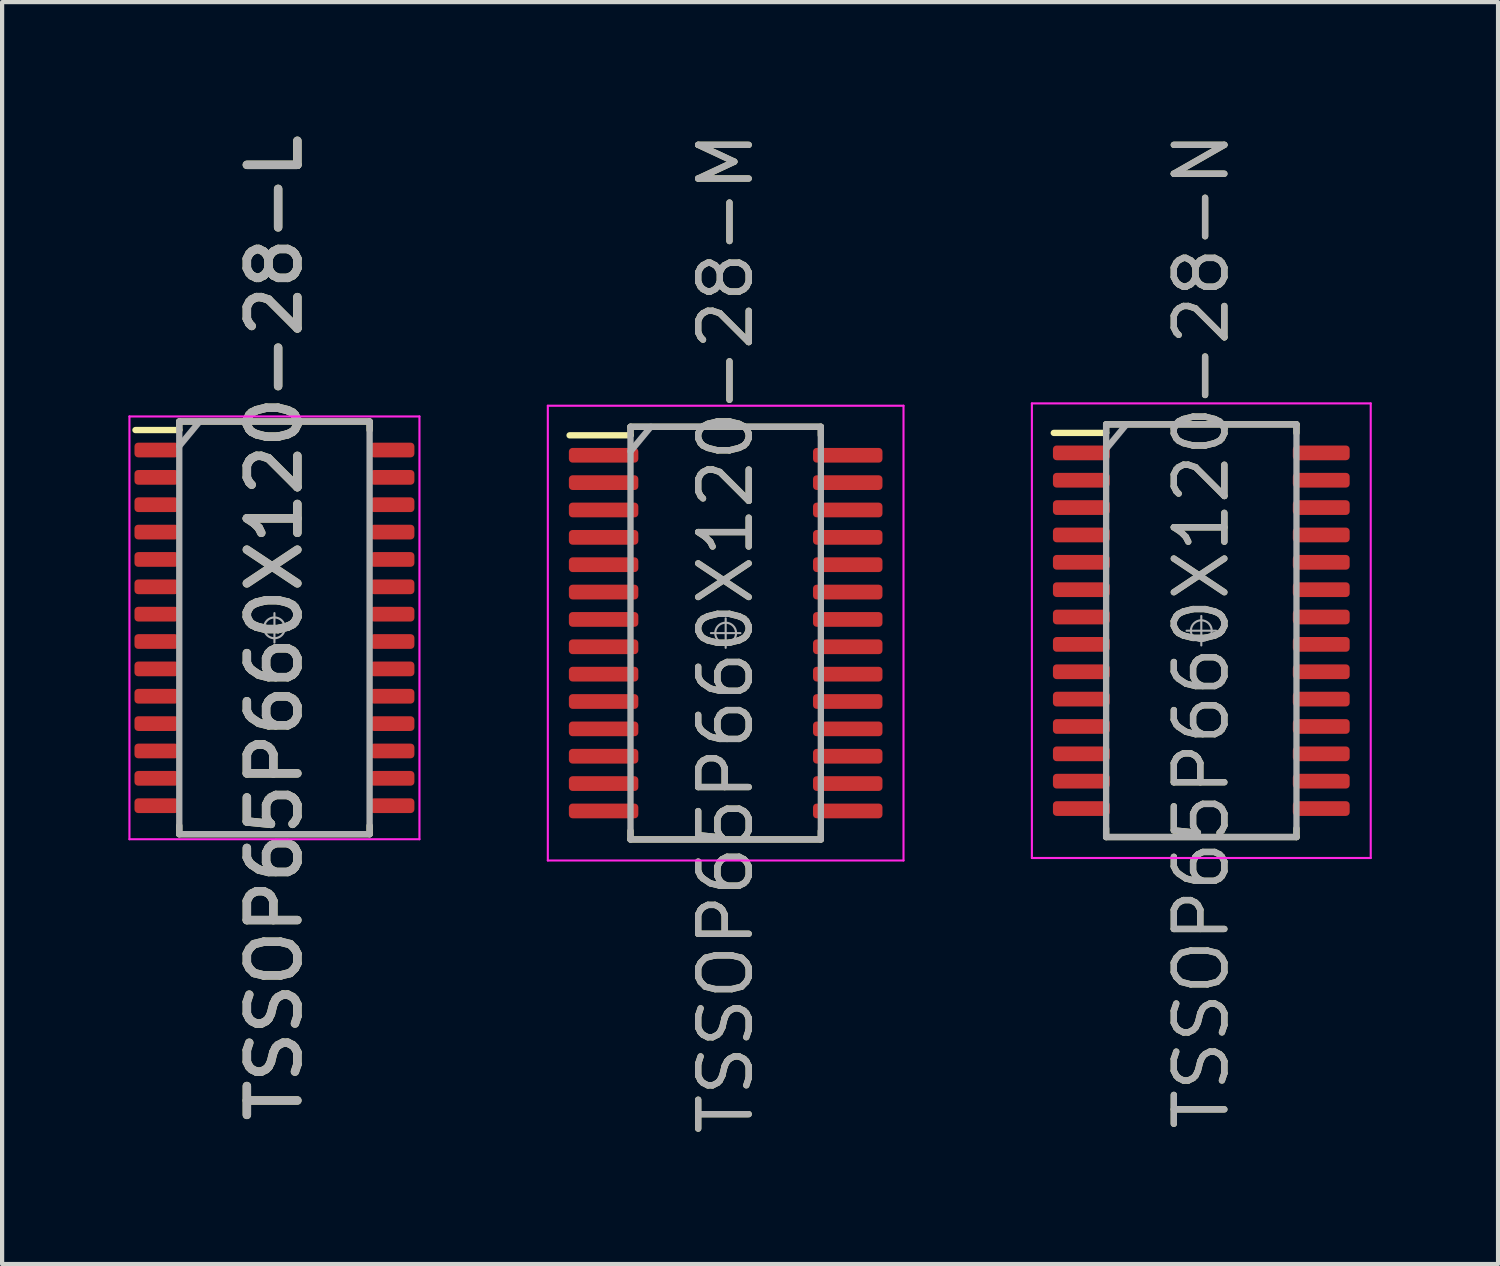
<source format=kicad_pcb>
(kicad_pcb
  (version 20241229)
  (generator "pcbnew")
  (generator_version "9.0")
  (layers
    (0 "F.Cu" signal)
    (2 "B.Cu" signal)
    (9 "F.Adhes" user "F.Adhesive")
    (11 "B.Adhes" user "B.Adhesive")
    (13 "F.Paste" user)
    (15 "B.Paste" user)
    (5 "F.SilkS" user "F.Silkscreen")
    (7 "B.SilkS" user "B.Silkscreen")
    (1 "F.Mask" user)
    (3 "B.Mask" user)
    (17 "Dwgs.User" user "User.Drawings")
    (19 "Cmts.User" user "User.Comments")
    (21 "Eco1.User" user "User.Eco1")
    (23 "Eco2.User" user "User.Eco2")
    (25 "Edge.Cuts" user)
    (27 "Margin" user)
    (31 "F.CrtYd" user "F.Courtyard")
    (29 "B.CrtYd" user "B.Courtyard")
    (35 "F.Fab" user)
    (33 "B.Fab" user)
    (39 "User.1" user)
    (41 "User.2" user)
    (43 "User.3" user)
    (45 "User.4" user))
  (footprint "TSSOP65P660X120-28-M"
    (layer "F.Cu")
    (at 14.19 11.991)
    (property "Reference" "TSSOP65P660X120-28-M" (at 0 0 90) (layer "F.SilkS") (effects (font (size 1.2 1.2) (thickness 0.15))))
    (attr through_hole)
    (fp_line (start -2.261 -4.902) (end -2.261 -4.699) (stroke (width 0.15) (type solid)) (layer "F.SilkS"))
    (fp_line (start -2.261 -4.902) (end 2.261 -4.902) (stroke (width 0.15) (type solid)) (layer "F.SilkS"))
    (fp_line (start -2.261 -4.699) (end -3.708 -4.699) (stroke (width 0.15) (type solid)) (layer "F.SilkS"))
    (fp_line (start -2.261 4.699) (end -2.261 4.902) (stroke (width 0.15) (type solid)) (layer "F.SilkS"))
    (fp_line (start 2.261 -4.902) (end 2.261 -4.699) (stroke (width 0.15) (type solid)) (layer "F.SilkS"))
    (fp_line (start 2.261 4.699) (end 2.261 4.902) (stroke (width 0.15) (type solid)) (layer "F.SilkS"))
    (fp_line (start 2.261 4.902) (end -2.261 4.902) (stroke (width 0.15) (type solid)) (layer "F.SilkS"))
    (fp_line (start -4.225 -5.402) (end 4.225 -5.402) (stroke (width 0.05) (type solid)) (layer "F.CrtYd"))
    (fp_line (start -4.225 5.402) (end -4.225 -5.402) (stroke (width 0.05) (type solid)) (layer "F.CrtYd"))
    (fp_line (start 4.225 -5.402) (end 4.225 5.402) (stroke (width 0.05) (type solid)) (layer "F.CrtYd"))
    (fp_line (start 4.225 5.402) (end -4.225 5.402) (stroke (width 0.05) (type solid)) (layer "F.CrtYd"))
    (fp_line (start -2.261 -4.902) (end -2.261 4.902) (stroke (width 0.15) (type solid)) (layer "F.Fab"))
    (fp_line (start -2.261 -4.902) (end 2.261 -4.902) (stroke (width 0.15) (type solid)) (layer "F.Fab"))
    (fp_line (start -1.778 -4.902) (end -2.261 -4.318) (stroke (width 0.15) (type solid)) (layer "F.Fab"))
    (fp_line (start -0.35 0) (end 0.35 0) (stroke (width 0.05) (type solid)) (layer "F.Fab"))
    (fp_line (start 0 -0.35) (end 0 0.35) (stroke (width 0.05) (type solid)) (layer "F.Fab"))
    (fp_line (start 2.261 -4.902) (end 2.261 4.902) (stroke (width 0.15) (type solid)) (layer "F.Fab"))
    (fp_line (start 2.261 4.902) (end -2.261 4.902) (stroke (width 0.15) (type solid)) (layer "F.Fab"))
    (fp_circle (center 0 0) (end 0.175 0.175) (stroke (width 0.05) (type solid)) (fill no) (layer "F.Fab"))
    (fp_text user "${REFERENCE}" (at 0 0 90) (layer "F.Fab") (effects (font (size 1.2 1.2) (thickness 0.15))))
    (pad "1" smd roundrect (at -2.9 -4.225) (size 1.65 0.35) (layers "F.Cu" "F.Mask" "F.Paste") (roundrect_rratio 0.25))
    (pad "2" smd roundrect (at -2.9 -3.575) (size 1.65 0.35) (layers "F.Cu" "F.Mask" "F.Paste") (roundrect_rratio 0.25))
    (pad "3" smd roundrect (at -2.9 -2.925) (size 1.65 0.35) (layers "F.Cu" "F.Mask" "F.Paste") (roundrect_rratio 0.25))
    (pad "4" smd roundrect (at -2.9 -2.275) (size 1.65 0.35) (layers "F.Cu" "F.Mask" "F.Paste") (roundrect_rratio 0.25))
    (pad "5" smd roundrect (at -2.9 -1.625) (size 1.65 0.35) (layers "F.Cu" "F.Mask" "F.Paste") (roundrect_rratio 0.25))
    (pad "6" smd roundrect (at -2.9 -0.975) (size 1.65 0.35) (layers "F.Cu" "F.Mask" "F.Paste") (roundrect_rratio 0.25))
    (pad "7" smd roundrect (at -2.9 -0.325) (size 1.65 0.35) (layers "F.Cu" "F.Mask" "F.Paste") (roundrect_rratio 0.25))
    (pad "8" smd roundrect (at -2.9 0.325) (size 1.65 0.35) (layers "F.Cu" "F.Mask" "F.Paste") (roundrect_rratio 0.25))
    (pad "9" smd roundrect (at -2.9 0.975) (size 1.65 0.35) (layers "F.Cu" "F.Mask" "F.Paste") (roundrect_rratio 0.25))
    (pad "10" smd roundrect (at -2.9 1.625) (size 1.65 0.35) (layers "F.Cu" "F.Mask" "F.Paste") (roundrect_rratio 0.25))
    (pad "11" smd roundrect (at -2.9 2.275) (size 1.65 0.35) (layers "F.Cu" "F.Mask" "F.Paste") (roundrect_rratio 0.25))
    (pad "12" smd roundrect (at -2.9 2.925) (size 1.65 0.35) (layers "F.Cu" "F.Mask" "F.Paste") (roundrect_rratio 0.25))
    (pad "13" smd roundrect (at -2.9 3.575) (size 1.65 0.35) (layers "F.Cu" "F.Mask" "F.Paste") (roundrect_rratio 0.25))
    (pad "14" smd roundrect (at -2.9 4.225) (size 1.65 0.35) (layers "F.Cu" "F.Mask" "F.Paste") (roundrect_rratio 0.25))
    (pad "15" smd roundrect (at 2.9 4.225) (size 1.65 0.35) (layers "F.Cu" "F.Mask" "F.Paste") (roundrect_rratio 0.25))
    (pad "16" smd roundrect (at 2.9 3.575) (size 1.65 0.35) (layers "F.Cu" "F.Mask" "F.Paste") (roundrect_rratio 0.25))
    (pad "17" smd roundrect (at 2.9 2.925) (size 1.65 0.35) (layers "F.Cu" "F.Mask" "F.Paste") (roundrect_rratio 0.25))
    (pad "18" smd roundrect (at 2.9 2.275) (size 1.65 0.35) (layers "F.Cu" "F.Mask" "F.Paste") (roundrect_rratio 0.25))
    (pad "19" smd roundrect (at 2.9 1.625) (size 1.65 0.35) (layers "F.Cu" "F.Mask" "F.Paste") (roundrect_rratio 0.25))
    (pad "20" smd roundrect (at 2.9 0.975) (size 1.65 0.35) (layers "F.Cu" "F.Mask" "F.Paste") (roundrect_rratio 0.25))
    (pad "21" smd roundrect (at 2.9 0.325) (size 1.65 0.35) (layers "F.Cu" "F.Mask" "F.Paste") (roundrect_rratio 0.25))
    (pad "22" smd roundrect (at 2.9 -0.325) (size 1.65 0.35) (layers "F.Cu" "F.Mask" "F.Paste") (roundrect_rratio 0.25))
    (pad "23" smd roundrect (at 2.9 -0.975) (size 1.65 0.35) (layers "F.Cu" "F.Mask" "F.Paste") (roundrect_rratio 0.25))
    (pad "24" smd roundrect (at 2.9 -1.625) (size 1.65 0.35) (layers "F.Cu" "F.Mask" "F.Paste") (roundrect_rratio 0.25))
    (pad "25" smd roundrect (at 2.9 -2.275) (size 1.65 0.35) (layers "F.Cu" "F.Mask" "F.Paste") (roundrect_rratio 0.25))
    (pad "26" smd roundrect (at 2.9 -2.925) (size 1.65 0.35) (layers "F.Cu" "F.Mask" "F.Paste") (roundrect_rratio 0.25))
    (pad "27" smd roundrect (at 2.9 -3.575) (size 1.65 0.35) (layers "F.Cu" "F.Mask" "F.Paste") (roundrect_rratio 0.25))
    (pad "28" smd roundrect (at 2.9 -4.225) (size 1.65 0.35) (layers "F.Cu" "F.Mask" "F.Paste") (roundrect_rratio 0.25)))
  (footprint "TSSOP65P660X120-28-L"
    (layer "F.Cu")
    (at 3.47 11.866)
    (property "Reference" "TSSOP65P660X120-28-L" (at 0 0 90) (layer "F.SilkS") (effects (font (size 1.2 1.2) (thickness 0.2))))
    (attr through_hole)
    (fp_line (start -2.261 -4.902) (end -2.261 -4.699) (stroke (width 0.15) (type solid)) (layer "F.SilkS"))
    (fp_line (start -2.261 -4.902) (end 2.261 -4.902) (stroke (width 0.15) (type solid)) (layer "F.SilkS"))
    (fp_line (start -2.261 -4.699) (end -3.302 -4.699) (stroke (width 0.15) (type solid)) (layer "F.SilkS"))
    (fp_line (start -2.261 4.699) (end -2.261 4.902) (stroke (width 0.15) (type solid)) (layer "F.SilkS"))
    (fp_line (start 2.261 -4.902) (end 2.261 -4.699) (stroke (width 0.15) (type solid)) (layer "F.SilkS"))
    (fp_line (start 2.261 4.699) (end 2.261 4.902) (stroke (width 0.15) (type solid)) (layer "F.SilkS"))
    (fp_line (start 2.261 4.902) (end -2.261 4.902) (stroke (width 0.15) (type solid)) (layer "F.SilkS"))
    (fp_line (start -3.445 -5.022) (end 3.445 -5.022) (stroke (width 0.05) (type solid)) (layer "F.CrtYd"))
    (fp_line (start -3.445 5.022) (end -3.445 -5.022) (stroke (width 0.05) (type solid)) (layer "F.CrtYd"))
    (fp_line (start 3.445 -5.022) (end 3.445 5.022) (stroke (width 0.05) (type solid)) (layer "F.CrtYd"))
    (fp_line (start 3.445 5.022) (end -3.445 5.022) (stroke (width 0.05) (type solid)) (layer "F.CrtYd"))
    (fp_line (start -2.261 -4.902) (end -2.261 4.902) (stroke (width 0.15) (type solid)) (layer "F.Fab"))
    (fp_line (start -2.261 -4.902) (end 2.261 -4.902) (stroke (width 0.15) (type solid)) (layer "F.Fab"))
    (fp_line (start -1.778 -4.902) (end -2.261 -4.318) (stroke (width 0.15) (type solid)) (layer "F.Fab"))
    (fp_line (start -0.35 0) (end 0.35 0) (stroke (width 0.05) (type solid)) (layer "F.Fab"))
    (fp_line (start 0 -0.35) (end 0 0.35) (stroke (width 0.05) (type solid)) (layer "F.Fab"))
    (fp_line (start 2.261 -4.902) (end 2.261 4.902) (stroke (width 0.15) (type solid)) (layer "F.Fab"))
    (fp_line (start 2.261 4.902) (end -2.261 4.902) (stroke (width 0.15) (type solid)) (layer "F.Fab"))
    (fp_circle (center 0 0) (end 0.175 0.175) (stroke (width 0.05) (type solid)) (fill no) (layer "F.Fab"))
    (fp_text user "${REFERENCE}" (at 0 0 90) (layer "F.Fab") (effects (font (size 1.2 1.2) (thickness 0.2))))
    (pad "1" smd roundrect (at -2.8 -4.225) (size 1.05 0.35) (layers "F.Cu" "F.Mask" "F.Paste") (roundrect_rratio 0.25))
    (pad "2" smd roundrect (at -2.8 -3.575) (size 1.05 0.35) (layers "F.Cu" "F.Mask" "F.Paste") (roundrect_rratio 0.25))
    (pad "3" smd roundrect (at -2.8 -2.925) (size 1.05 0.35) (layers "F.Cu" "F.Mask" "F.Paste") (roundrect_rratio 0.25))
    (pad "4" smd roundrect (at -2.8 -2.275) (size 1.05 0.35) (layers "F.Cu" "F.Mask" "F.Paste") (roundrect_rratio 0.25))
    (pad "5" smd roundrect (at -2.8 -1.625) (size 1.05 0.35) (layers "F.Cu" "F.Mask" "F.Paste") (roundrect_rratio 0.25))
    (pad "6" smd roundrect (at -2.8 -0.975) (size 1.05 0.35) (layers "F.Cu" "F.Mask" "F.Paste") (roundrect_rratio 0.25))
    (pad "7" smd roundrect (at -2.8 -0.325) (size 1.05 0.35) (layers "F.Cu" "F.Mask" "F.Paste") (roundrect_rratio 0.25))
    (pad "8" smd roundrect (at -2.8 0.325) (size 1.05 0.35) (layers "F.Cu" "F.Mask" "F.Paste") (roundrect_rratio 0.25))
    (pad "9" smd roundrect (at -2.8 0.975) (size 1.05 0.35) (layers "F.Cu" "F.Mask" "F.Paste") (roundrect_rratio 0.25))
    (pad "10" smd roundrect (at -2.8 1.625) (size 1.05 0.35) (layers "F.Cu" "F.Mask" "F.Paste") (roundrect_rratio 0.25))
    (pad "11" smd roundrect (at -2.8 2.275) (size 1.05 0.35) (layers "F.Cu" "F.Mask" "F.Paste") (roundrect_rratio 0.25))
    (pad "12" smd roundrect (at -2.8 2.925) (size 1.05 0.35) (layers "F.Cu" "F.Mask" "F.Paste") (roundrect_rratio 0.25))
    (pad "13" smd roundrect (at -2.8 3.575) (size 1.05 0.35) (layers "F.Cu" "F.Mask" "F.Paste") (roundrect_rratio 0.25))
    (pad "14" smd roundrect (at -2.8 4.225) (size 1.05 0.35) (layers "F.Cu" "F.Mask" "F.Paste") (roundrect_rratio 0.25))
    (pad "15" smd roundrect (at 2.8 4.225) (size 1.05 0.35) (layers "F.Cu" "F.Mask" "F.Paste") (roundrect_rratio 0.25))
    (pad "16" smd roundrect (at 2.8 3.575) (size 1.05 0.35) (layers "F.Cu" "F.Mask" "F.Paste") (roundrect_rratio 0.25))
    (pad "17" smd roundrect (at 2.8 2.925) (size 1.05 0.35) (layers "F.Cu" "F.Mask" "F.Paste") (roundrect_rratio 0.25))
    (pad "18" smd roundrect (at 2.8 2.275) (size 1.05 0.35) (layers "F.Cu" "F.Mask" "F.Paste") (roundrect_rratio 0.25))
    (pad "19" smd roundrect (at 2.8 1.625) (size 1.05 0.35) (layers "F.Cu" "F.Mask" "F.Paste") (roundrect_rratio 0.25))
    (pad "20" smd roundrect (at 2.8 0.975) (size 1.05 0.35) (layers "F.Cu" "F.Mask" "F.Paste") (roundrect_rratio 0.25))
    (pad "21" smd roundrect (at 2.8 0.325) (size 1.05 0.35) (layers "F.Cu" "F.Mask" "F.Paste") (roundrect_rratio 0.25))
    (pad "22" smd roundrect (at 2.8 -0.325) (size 1.05 0.35) (layers "F.Cu" "F.Mask" "F.Paste") (roundrect_rratio 0.25))
    (pad "23" smd roundrect (at 2.8 -0.975) (size 1.05 0.35) (layers "F.Cu" "F.Mask" "F.Paste") (roundrect_rratio 0.25))
    (pad "24" smd roundrect (at 2.8 -1.625) (size 1.05 0.35) (layers "F.Cu" "F.Mask" "F.Paste") (roundrect_rratio 0.25))
    (pad "25" smd roundrect (at 2.8 -2.275) (size 1.05 0.35) (layers "F.Cu" "F.Mask" "F.Paste") (roundrect_rratio 0.25))
    (pad "26" smd roundrect (at 2.8 -2.925) (size 1.05 0.35) (layers "F.Cu" "F.Mask" "F.Paste") (roundrect_rratio 0.25))
    (pad "27" smd roundrect (at 2.8 -3.575) (size 1.05 0.35) (layers "F.Cu" "F.Mask" "F.Paste") (roundrect_rratio 0.25))
    (pad "28" smd roundrect (at 2.8 -4.225) (size 1.05 0.35) (layers "F.Cu" "F.Mask" "F.Paste") (roundrect_rratio 0.25)))
  (footprint "TSSOP65P660X120-28-N"
    (layer "F.Cu")
    (at 25.49 11.934)
    (property "Reference" "TSSOP65P660X120-28-N" (at 0 0 90) (layer "F.SilkS") (effects (font (size 1.2 1.2) (thickness 0.15))))
    (attr through_hole)
    (fp_line (start -2.261 -4.902) (end -2.261 -4.699) (stroke (width 0.15) (type solid)) (layer "F.SilkS"))
    (fp_line (start -2.261 -4.902) (end 2.261 -4.902) (stroke (width 0.15) (type solid)) (layer "F.SilkS"))
    (fp_line (start -2.261 -4.699) (end -3.505 -4.699) (stroke (width 0.15) (type solid)) (layer "F.SilkS"))
    (fp_line (start -2.261 4.699) (end -2.261 4.902) (stroke (width 0.15) (type solid)) (layer "F.SilkS"))
    (fp_line (start 2.261 -4.902) (end 2.261 -4.699) (stroke (width 0.15) (type solid)) (layer "F.SilkS"))
    (fp_line (start 2.261 4.699) (end 2.261 4.902) (stroke (width 0.15) (type solid)) (layer "F.SilkS"))
    (fp_line (start 2.261 4.902) (end -2.261 4.902) (stroke (width 0.15) (type solid)) (layer "F.SilkS"))
    (fp_line (start -4.025 -5.4) (end 4.025 -5.4) (stroke (width 0.05) (type solid)) (layer "F.CrtYd"))
    (fp_line (start -4.025 5.4) (end -4.025 -5.4) (stroke (width 0.05) (type solid)) (layer "F.CrtYd"))
    (fp_line (start 4.025 -5.4) (end 4.025 5.4) (stroke (width 0.05) (type solid)) (layer "F.CrtYd"))
    (fp_line (start 4.025 5.4) (end -4.025 5.4) (stroke (width 0.05) (type solid)) (layer "F.CrtYd"))
    (fp_line (start -2.261 -4.902) (end -2.261 4.902) (stroke (width 0.15) (type solid)) (layer "F.Fab"))
    (fp_line (start -2.261 -4.902) (end 2.261 -4.902) (stroke (width 0.15) (type solid)) (layer "F.Fab"))
    (fp_line (start -1.778 -4.902) (end -2.261 -4.318) (stroke (width 0.15) (type solid)) (layer "F.Fab"))
    (fp_line (start -0.35 0) (end 0.35 0) (stroke (width 0.05) (type solid)) (layer "F.Fab"))
    (fp_line (start 0 -0.35) (end 0 0.35) (stroke (width 0.05) (type solid)) (layer "F.Fab"))
    (fp_line (start 2.261 -4.902) (end 2.261 4.902) (stroke (width 0.15) (type solid)) (layer "F.Fab"))
    (fp_line (start 2.261 4.902) (end -2.261 4.902) (stroke (width 0.15) (type solid)) (layer "F.Fab"))
    (fp_circle (center 0 0) (end 0.175 0.175) (stroke (width 0.05) (type solid)) (fill no) (layer "F.Fab"))
    (fp_text user "${REFERENCE}" (at 0 0 90) (layer "F.Fab") (effects (font (size 1.2 1.2) (thickness 0.15))))
    (pad "1" smd roundrect (at -2.85 -4.225) (size 1.35 0.35) (layers "F.Cu" "F.Mask" "F.Paste") (roundrect_rratio 0.25))
    (pad "2" smd roundrect (at -2.85 -3.575) (size 1.35 0.35) (layers "F.Cu" "F.Mask" "F.Paste") (roundrect_rratio 0.25))
    (pad "3" smd roundrect (at -2.85 -2.925) (size 1.35 0.35) (layers "F.Cu" "F.Mask" "F.Paste") (roundrect_rratio 0.25))
    (pad "4" smd roundrect (at -2.85 -2.275) (size 1.35 0.35) (layers "F.Cu" "F.Mask" "F.Paste") (roundrect_rratio 0.25))
    (pad "5" smd roundrect (at -2.85 -1.625) (size 1.35 0.35) (layers "F.Cu" "F.Mask" "F.Paste") (roundrect_rratio 0.25))
    (pad "6" smd roundrect (at -2.85 -0.975) (size 1.35 0.35) (layers "F.Cu" "F.Mask" "F.Paste") (roundrect_rratio 0.25))
    (pad "7" smd roundrect (at -2.85 -0.325) (size 1.35 0.35) (layers "F.Cu" "F.Mask" "F.Paste") (roundrect_rratio 0.25))
    (pad "8" smd roundrect (at -2.85 0.325) (size 1.35 0.35) (layers "F.Cu" "F.Mask" "F.Paste") (roundrect_rratio 0.25))
    (pad "9" smd roundrect (at -2.85 0.975) (size 1.35 0.35) (layers "F.Cu" "F.Mask" "F.Paste") (roundrect_rratio 0.25))
    (pad "10" smd roundrect (at -2.85 1.625) (size 1.35 0.35) (layers "F.Cu" "F.Mask" "F.Paste") (roundrect_rratio 0.25))
    (pad "11" smd roundrect (at -2.85 2.275) (size 1.35 0.35) (layers "F.Cu" "F.Mask" "F.Paste") (roundrect_rratio 0.25))
    (pad "12" smd roundrect (at -2.85 2.925) (size 1.35 0.35) (layers "F.Cu" "F.Mask" "F.Paste") (roundrect_rratio 0.25))
    (pad "13" smd roundrect (at -2.85 3.575) (size 1.35 0.35) (layers "F.Cu" "F.Mask" "F.Paste") (roundrect_rratio 0.25))
    (pad "14" smd roundrect (at -2.85 4.225) (size 1.35 0.35) (layers "F.Cu" "F.Mask" "F.Paste") (roundrect_rratio 0.25))
    (pad "15" smd roundrect (at 2.85 4.225) (size 1.35 0.35) (layers "F.Cu" "F.Mask" "F.Paste") (roundrect_rratio 0.25))
    (pad "16" smd roundrect (at 2.85 3.575) (size 1.35 0.35) (layers "F.Cu" "F.Mask" "F.Paste") (roundrect_rratio 0.25))
    (pad "17" smd roundrect (at 2.85 2.925) (size 1.35 0.35) (layers "F.Cu" "F.Mask" "F.Paste") (roundrect_rratio 0.25))
    (pad "18" smd roundrect (at 2.85 2.275) (size 1.35 0.35) (layers "F.Cu" "F.Mask" "F.Paste") (roundrect_rratio 0.25))
    (pad "19" smd roundrect (at 2.85 1.625) (size 1.35 0.35) (layers "F.Cu" "F.Mask" "F.Paste") (roundrect_rratio 0.25))
    (pad "20" smd roundrect (at 2.85 0.975) (size 1.35 0.35) (layers "F.Cu" "F.Mask" "F.Paste") (roundrect_rratio 0.25))
    (pad "21" smd roundrect (at 2.85 0.325) (size 1.35 0.35) (layers "F.Cu" "F.Mask" "F.Paste") (roundrect_rratio 0.25))
    (pad "22" smd roundrect (at 2.85 -0.325) (size 1.35 0.35) (layers "F.Cu" "F.Mask" "F.Paste") (roundrect_rratio 0.25))
    (pad "23" smd roundrect (at 2.85 -0.975) (size 1.35 0.35) (layers "F.Cu" "F.Mask" "F.Paste") (roundrect_rratio 0.25))
    (pad "24" smd roundrect (at 2.85 -1.625) (size 1.35 0.35) (layers "F.Cu" "F.Mask" "F.Paste") (roundrect_rratio 0.25))
    (pad "25" smd roundrect (at 2.85 -2.275) (size 1.35 0.35) (layers "F.Cu" "F.Mask" "F.Paste") (roundrect_rratio 0.25))
    (pad "26" smd roundrect (at 2.85 -2.925) (size 1.35 0.35) (layers "F.Cu" "F.Mask" "F.Paste") (roundrect_rratio 0.25))
    (pad "27" smd roundrect (at 2.85 -3.575) (size 1.35 0.35) (layers "F.Cu" "F.Mask" "F.Paste") (roundrect_rratio 0.25))
    (pad "28" smd roundrect (at 2.85 -4.225) (size 1.35 0.35) (layers "F.Cu" "F.Mask" "F.Paste") (roundrect_rratio 0.25)))
  (gr_rect
    (start -3 -3)
    (end 32.54 26.981)
    (stroke (width 0.1) (type default))
    (fill no)
    (layer "Edge.Cuts")))
</source>
